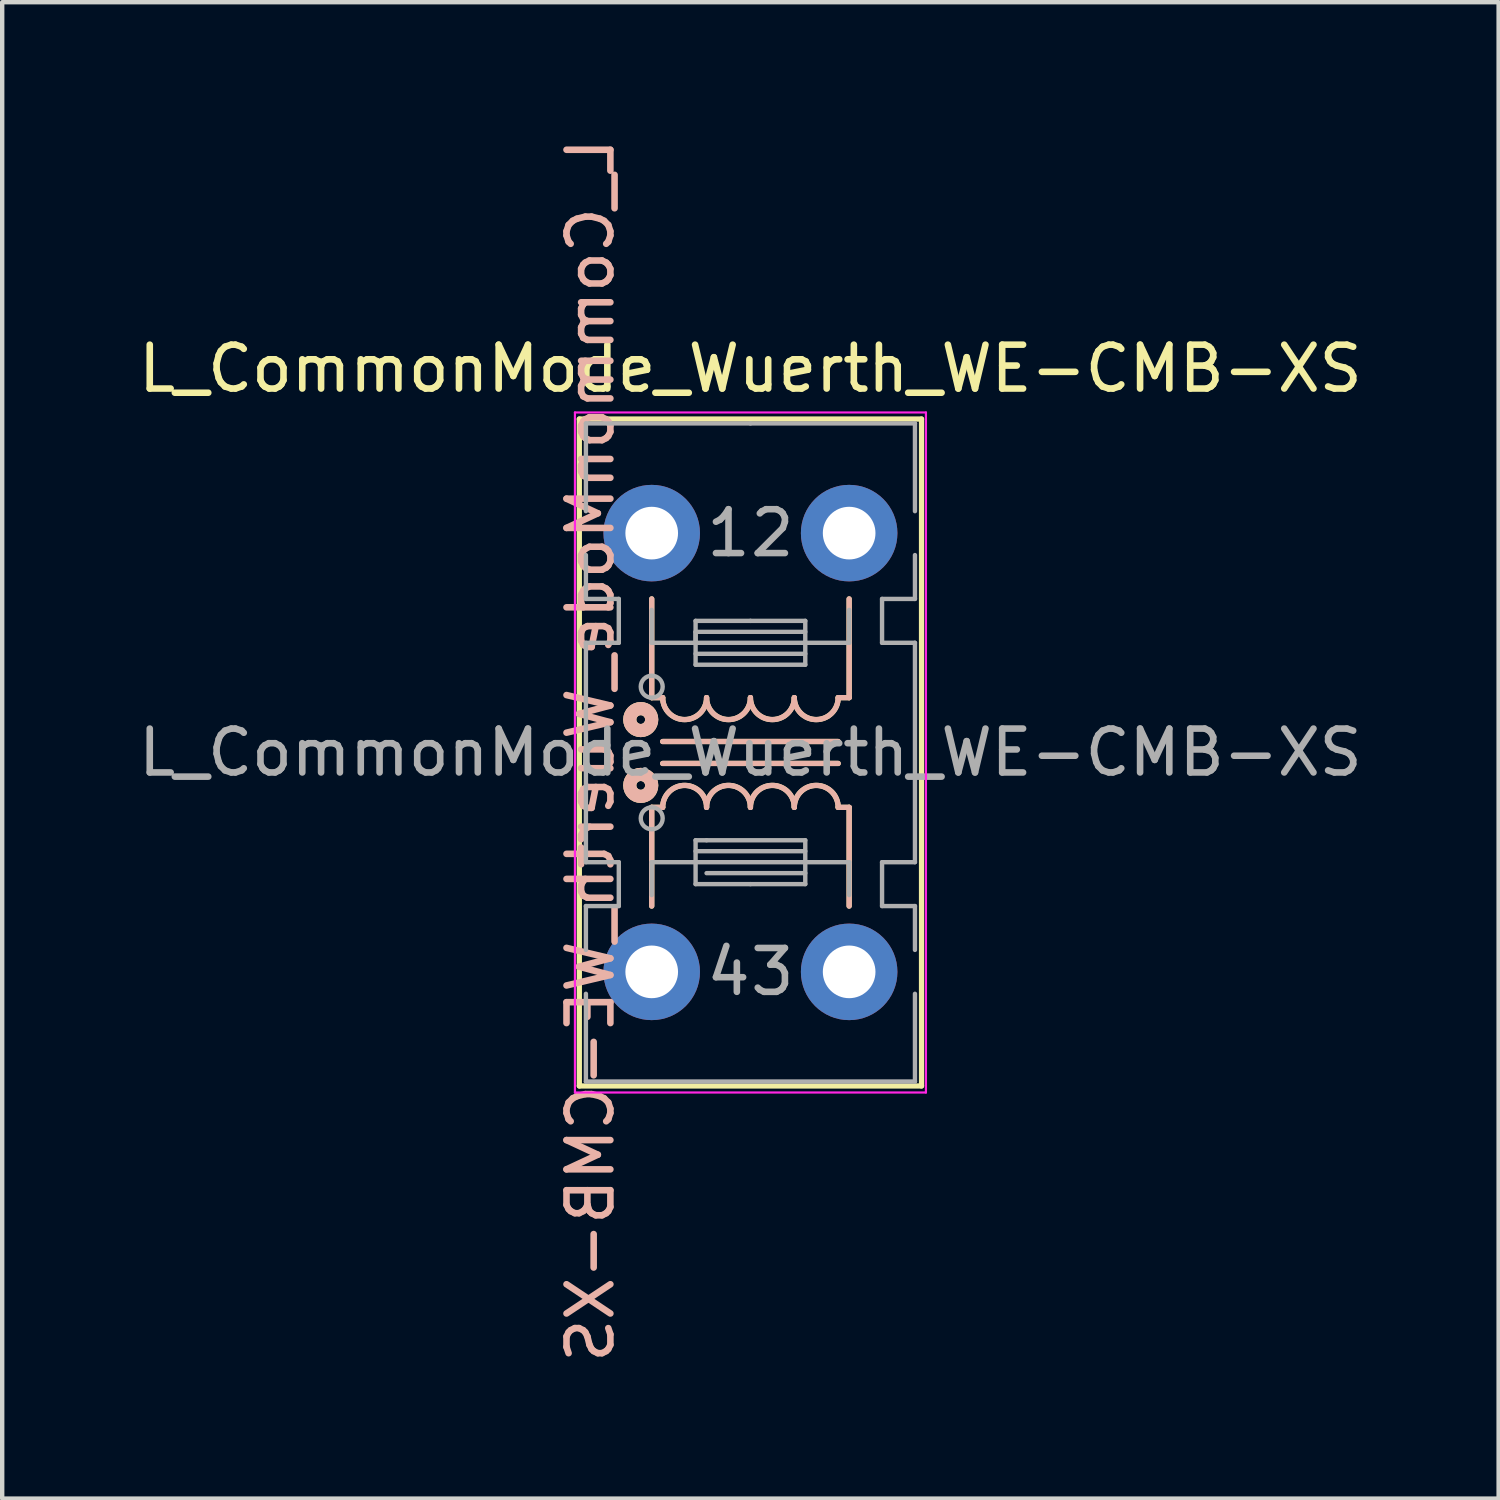
<source format=kicad_pcb>
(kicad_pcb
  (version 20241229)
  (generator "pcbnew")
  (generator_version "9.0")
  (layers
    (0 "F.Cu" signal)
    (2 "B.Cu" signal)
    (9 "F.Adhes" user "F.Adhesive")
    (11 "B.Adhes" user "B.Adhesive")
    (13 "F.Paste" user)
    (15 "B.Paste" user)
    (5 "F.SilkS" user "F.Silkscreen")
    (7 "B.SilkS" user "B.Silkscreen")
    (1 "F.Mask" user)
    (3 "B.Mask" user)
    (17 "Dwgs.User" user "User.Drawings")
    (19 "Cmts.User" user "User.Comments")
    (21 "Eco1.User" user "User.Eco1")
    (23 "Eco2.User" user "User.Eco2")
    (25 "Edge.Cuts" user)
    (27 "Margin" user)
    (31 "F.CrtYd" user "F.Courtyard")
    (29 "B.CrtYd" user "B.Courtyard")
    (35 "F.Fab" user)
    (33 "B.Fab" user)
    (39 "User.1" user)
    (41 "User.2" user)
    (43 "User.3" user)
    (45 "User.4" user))
  (footprint "L_CommonMode_Wuerth_WE-CMB-XS"
    (layer "F.Cu")
    (at 11.804 9.101)
    (property "Reference" "L_CommonMode_Wuerth_WE-CMB-XS" (at 2.25 -3.75 0) (layer "F.SilkS") (effects (font (size 1 1) (thickness 0.15))))
    (fp_line (start -1.65 -2.6) (end -1.65 12.6) (stroke (width 0.12) (type solid)) (layer "F.SilkS"))
    (fp_line (start -1.65 12.6) (end 6.15 12.6) (stroke (width 0.12) (type solid)) (layer "F.SilkS"))
    (fp_line (start 0 1.5) (end 0 3.75) (stroke (width 0.12) (type solid)) (layer "F.SilkS"))
    (fp_line (start 0 6.25) (end 0 8.5) (stroke (width 0.12) (type solid)) (layer "F.SilkS"))
    (fp_line (start 0.25 3.75) (end 0 3.75) (stroke (width 0.12) (type solid)) (layer "F.SilkS"))
    (fp_line (start 0.25 5.25) (end 4.25 5.25) (stroke (width 0.12) (type solid)) (layer "F.SilkS"))
    (fp_line (start 0.25 6.25) (end 0 6.25) (stroke (width 0.12) (type solid)) (layer "F.SilkS"))
    (fp_line (start 4.25 3.75) (end 4.5 3.75) (stroke (width 0.12) (type solid)) (layer "F.SilkS"))
    (fp_line (start 4.25 4.75) (end 0.25 4.75) (stroke (width 0.12) (type solid)) (layer "F.SilkS"))
    (fp_line (start 4.25 6.25) (end 4.5 6.25) (stroke (width 0.12) (type solid)) (layer "F.SilkS"))
    (fp_line (start 4.5 3.75) (end 4.5 1.5) (stroke (width 0.12) (type solid)) (layer "F.SilkS"))
    (fp_line (start 4.5 6.25) (end 4.5 8.5) (stroke (width 0.12) (type solid)) (layer "F.SilkS"))
    (fp_line (start 6.15 -2.6) (end -1.65 -2.6) (stroke (width 0.12) (type solid)) (layer "F.SilkS"))
    (fp_line (start 6.15 12.6) (end 6.15 -2.6) (stroke (width 0.12) (type solid)) (layer "F.SilkS"))
    (fp_arc (start 0.25 6.25) (mid 0.75 5.75) (end 1.25 6.25) (stroke (width 0.12) (type solid)) (layer "F.SilkS"))
    (fp_arc (start 1.25 3.75) (mid 0.75 4.25) (end 0.25 3.75) (stroke (width 0.12) (type solid)) (layer "F.SilkS"))
    (fp_arc (start 1.25 6.25) (mid 1.75 5.75) (end 2.25 6.25) (stroke (width 0.12) (type solid)) (layer "F.SilkS"))
    (fp_arc (start 2.25 3.75) (mid 1.75 4.25) (end 1.25 3.75) (stroke (width 0.12) (type solid)) (layer "F.SilkS"))
    (fp_arc (start 2.25 6.25) (mid 2.75 5.75) (end 3.25 6.25) (stroke (width 0.12) (type solid)) (layer "F.SilkS"))
    (fp_arc (start 3.25 3.75) (mid 2.75 4.25) (end 2.25 3.75) (stroke (width 0.12) (type solid)) (layer "F.SilkS"))
    (fp_arc (start 3.25 6.25) (mid 3.75 5.75) (end 4.25 6.25) (stroke (width 0.12) (type solid)) (layer "F.SilkS"))
    (fp_arc (start 4.25 3.75) (mid 3.75 4.25) (end 3.25 3.75) (stroke (width 0.12) (type solid)) (layer "F.SilkS"))
    (fp_circle (center -0.25 4.25) (end -0.15 4.25) (stroke (width 0.3) (type solid)) (fill no) (layer "F.SilkS"))
    (fp_circle (center -0.25 5.75) (end -0.15 5.75) (stroke (width 0.3) (type solid)) (fill no) (layer "F.SilkS"))
    (fp_line (start 0 3.75) (end 0 1.5) (stroke (width 0.12) (type solid)) (layer "B.SilkS"))
    (fp_line (start 0 8.5) (end 0 6.25) (stroke (width 0.12) (type solid)) (layer "B.SilkS"))
    (fp_line (start 0.25 3.75) (end 0 3.75) (stroke (width 0.12) (type solid)) (layer "B.SilkS"))
    (fp_line (start 0.25 4.75) (end 4.25 4.75) (stroke (width 0.12) (type solid)) (layer "B.SilkS"))
    (fp_line (start 0.25 6.25) (end 0 6.25) (stroke (width 0.12) (type solid)) (layer "B.SilkS"))
    (fp_line (start 4.25 3.75) (end 4.5 3.75) (stroke (width 0.12) (type solid)) (layer "B.SilkS"))
    (fp_line (start 4.25 5.25) (end 0.25 5.25) (stroke (width 0.12) (type solid)) (layer "B.SilkS"))
    (fp_line (start 4.25 6.25) (end 4.5 6.25) (stroke (width 0.12) (type solid)) (layer "B.SilkS"))
    (fp_line (start 4.5 3.75) (end 4.5 1.5) (stroke (width 0.12) (type solid)) (layer "B.SilkS"))
    (fp_line (start 4.5 6.25) (end 4.5 8.5) (stroke (width 0.12) (type solid)) (layer "B.SilkS"))
    (fp_arc (start 0.25 6.25) (mid 0.75 5.75) (end 1.25 6.25) (stroke (width 0.12) (type solid)) (layer "B.SilkS"))
    (fp_arc (start 1.25 3.75) (mid 0.75 4.25) (end 0.25 3.75) (stroke (width 0.12) (type solid)) (layer "B.SilkS"))
    (fp_arc (start 1.25 6.25) (mid 1.75 5.75) (end 2.25 6.25) (stroke (width 0.12) (type solid)) (layer "B.SilkS"))
    (fp_arc (start 2.25 3.75) (mid 1.75 4.25) (end 1.25 3.75) (stroke (width 0.12) (type solid)) (layer "B.SilkS"))
    (fp_arc (start 2.25 6.25) (mid 2.75 5.75) (end 3.25 6.25) (stroke (width 0.12) (type solid)) (layer "B.SilkS"))
    (fp_arc (start 3.25 3.75) (mid 2.75 4.25) (end 2.25 3.75) (stroke (width 0.12) (type solid)) (layer "B.SilkS"))
    (fp_arc (start 3.25 6.25) (mid 3.75 5.75) (end 4.25 6.25) (stroke (width 0.12) (type solid)) (layer "B.SilkS"))
    (fp_arc (start 4.25 3.75) (mid 3.75 4.25) (end 3.25 3.75) (stroke (width 0.12) (type solid)) (layer "B.SilkS"))
    (fp_circle (center -0.25 4.25) (end -0.15 4.25) (stroke (width 0.3) (type solid)) (fill no) (layer "B.SilkS"))
    (fp_circle (center -0.25 5.75) (end -0.15 5.75) (stroke (width 0.3) (type solid)) (fill no) (layer "B.SilkS"))
    (fp_line (start -1.75 -2.75) (end -1.75 12.75) (stroke (width 0.05) (type solid)) (layer "F.CrtYd"))
    (fp_line (start -1.75 12.75) (end 6.25 12.75) (stroke (width 0.05) (type solid)) (layer "F.CrtYd"))
    (fp_line (start 6.25 -2.75) (end -1.75 -2.75) (stroke (width 0.05) (type solid)) (layer "F.CrtYd"))
    (fp_line (start 6.25 12.75) (end 6.25 -2.75) (stroke (width 0.05) (type solid)) (layer "F.CrtYd"))
    (fp_line (start -1.5 -2.5) (end 2.25 -2.5) (stroke (width 0.1) (type solid)) (layer "F.Fab"))
    (fp_line (start -1.5 -0.5) (end -1.5 -2.5) (stroke (width 0.1) (type solid)) (layer "F.Fab"))
    (fp_line (start -1.5 1.5) (end -1.5 0.5) (stroke (width 0.1) (type solid)) (layer "F.Fab"))
    (fp_line (start -1.5 2.5) (end -0.75 2.5) (stroke (width 0.1) (type solid)) (layer "F.Fab"))
    (fp_line (start -1.5 7.5) (end -1.5 2.5) (stroke (width 0.1) (type solid)) (layer "F.Fab"))
    (fp_line (start -1.5 8.5) (end -0.75 8.5) (stroke (width 0.1) (type solid)) (layer "F.Fab"))
    (fp_line (start -1.5 9.5) (end -1.5 8.5) (stroke (width 0.1) (type solid)) (layer "F.Fab"))
    (fp_line (start -1.5 12.5) (end -1.5 10.5) (stroke (width 0.1) (type solid)) (layer "F.Fab"))
    (fp_line (start -0.75 1.5) (end -1.5 1.5) (stroke (width 0.1) (type solid)) (layer "F.Fab"))
    (fp_line (start -0.75 2.5) (end -0.75 1.5) (stroke (width 0.1) (type solid)) (layer "F.Fab"))
    (fp_line (start -0.75 7.5) (end -1.5 7.5) (stroke (width 0.1) (type solid)) (layer "F.Fab"))
    (fp_line (start -0.75 8.5) (end -0.75 7.5) (stroke (width 0.1) (type solid)) (layer "F.Fab"))
    (fp_line (start 0 2.5) (end 0 1.75) (stroke (width 0.1) (type solid)) (layer "F.Fab"))
    (fp_line (start 0 7.5) (end 0 8.25) (stroke (width 0.1) (type solid)) (layer "F.Fab"))
    (fp_line (start 1 2) (end 2.25 2) (stroke (width 0.1) (type solid)) (layer "F.Fab"))
    (fp_line (start 1 2.25) (end 1 2.5) (stroke (width 0.1) (type solid)) (layer "F.Fab"))
    (fp_line (start 1 2.5) (end 0 2.5) (stroke (width 0.1) (type solid)) (layer "F.Fab"))
    (fp_line (start 1 2.75) (end 3.5 2.75) (stroke (width 0.1) (type solid)) (layer "F.Fab"))
    (fp_line (start 1 3) (end 1 2) (stroke (width 0.1) (type solid)) (layer "F.Fab"))
    (fp_line (start 1 7) (end 1 8) (stroke (width 0.1) (type solid)) (layer "F.Fab"))
    (fp_line (start 1 7.5) (end 0 7.5) (stroke (width 0.1) (type solid)) (layer "F.Fab"))
    (fp_line (start 1 8) (end 2.25 8) (stroke (width 0.1) (type solid)) (layer "F.Fab"))
    (fp_line (start 1.25 7) (end 1 7) (stroke (width 0.1) (type solid)) (layer "F.Fab"))
    (fp_line (start 2.25 -2.5) (end 6 -2.5) (stroke (width 0.1) (type solid)) (layer "F.Fab"))
    (fp_line (start 2.25 2) (end 3.5 2) (stroke (width 0.1) (type solid)) (layer "F.Fab"))
    (fp_line (start 2.25 8) (end 3.5 8) (stroke (width 0.1) (type solid)) (layer "F.Fab"))
    (fp_line (start 3.5 2) (end 3.5 3) (stroke (width 0.1) (type solid)) (layer "F.Fab"))
    (fp_line (start 3.5 2.25) (end 1 2.25) (stroke (width 0.1) (type solid)) (layer "F.Fab"))
    (fp_line (start 3.5 2.5) (end 1 2.5) (stroke (width 0.1) (type solid)) (layer "F.Fab"))
    (fp_line (start 3.5 2.5) (end 4.5 2.5) (stroke (width 0.1) (type solid)) (layer "F.Fab"))
    (fp_line (start 3.5 3) (end 1 3) (stroke (width 0.1) (type solid)) (layer "F.Fab"))
    (fp_line (start 3.5 7) (end 1.25 7) (stroke (width 0.1) (type solid)) (layer "F.Fab"))
    (fp_line (start 3.5 7.25) (end 1 7.25) (stroke (width 0.1) (type solid)) (layer "F.Fab"))
    (fp_line (start 3.5 7.5) (end 1 7.5) (stroke (width 0.1) (type solid)) (layer "F.Fab"))
    (fp_line (start 3.5 7.5) (end 4.5 7.5) (stroke (width 0.1) (type solid)) (layer "F.Fab"))
    (fp_line (start 3.5 7.75) (end 1.25 7.75) (stroke (width 0.1) (type solid)) (layer "F.Fab"))
    (fp_line (start 3.5 8) (end 3.5 7) (stroke (width 0.1) (type solid)) (layer "F.Fab"))
    (fp_line (start 4.5 2.5) (end 4.5 1.75) (stroke (width 0.1) (type solid)) (layer "F.Fab"))
    (fp_line (start 4.5 7.5) (end 4.5 8.25) (stroke (width 0.1) (type solid)) (layer "F.Fab"))
    (fp_line (start 5.25 1.5) (end 5.25 2.5) (stroke (width 0.1) (type solid)) (layer "F.Fab"))
    (fp_line (start 5.25 2.5) (end 6 2.5) (stroke (width 0.1) (type solid)) (layer "F.Fab"))
    (fp_line (start 5.25 7.5) (end 5.25 8.5) (stroke (width 0.1) (type solid)) (layer "F.Fab"))
    (fp_line (start 5.25 8.5) (end 6 8.5) (stroke (width 0.1) (type solid)) (layer "F.Fab"))
    (fp_line (start 6 -2.5) (end 6 -0.5) (stroke (width 0.1) (type solid)) (layer "F.Fab"))
    (fp_line (start 6 0.5) (end 6 1.5) (stroke (width 0.1) (type solid)) (layer "F.Fab"))
    (fp_line (start 6 1.5) (end 5.25 1.5) (stroke (width 0.1) (type solid)) (layer "F.Fab"))
    (fp_line (start 6 2.5) (end 6 7.5) (stroke (width 0.1) (type solid)) (layer "F.Fab"))
    (fp_line (start 6 7.5) (end 5.25 7.5) (stroke (width 0.1) (type solid)) (layer "F.Fab"))
    (fp_line (start 6 8.5) (end 6 9.5) (stroke (width 0.1) (type solid)) (layer "F.Fab"))
    (fp_line (start 6 10.5) (end 6 12.5) (stroke (width 0.1) (type solid)) (layer "F.Fab"))
    (fp_line (start 6 12.5) (end -1.5 12.5) (stroke (width 0.1) (type solid)) (layer "F.Fab"))
    (fp_circle (center 0 3.5) (end 0.25 3.5) (stroke (width 0.1) (type solid)) (fill no) (layer "F.Fab"))
    (fp_circle (center 0 6.5) (end 0 6.25) (stroke (width 0.1) (type solid)) (fill no) (layer "F.Fab"))
    (fp_text user "${REFERENCE}" (at -1.397 4.953 90) (layer "B.SilkS") (effects (font (size 1 1) (thickness 0.15)) (justify mirror)))
    (fp_text user "2" (at 2.75 0 0) (layer "F.Fab") (effects (font (size 1 1) (thickness 0.15))))
    (fp_text user "${REFERENCE}" (at 2.25 5 0) (layer "F.Fab") (effects (font (size 1 1) (thickness 0.15))))
    (fp_text user "3" (at 2.75 10 0) (layer "F.Fab") (effects (font (size 1 1) (thickness 0.15))))
    (fp_text user "1" (at 1.75 0 0) (layer "F.Fab") (effects (font (size 1 1) (thickness 0.15))))
    (fp_text user "4" (at 1.75 10 0) (layer "F.Fab") (effects (font (size 1 1) (thickness 0.15))))
    (pad "1" thru_hole circle (at 0 0) (size 2.2 2.2) (drill 1.2) (layers "*.Cu" "*.Mask"))
    (pad "2" thru_hole circle (at 4.5 0) (size 2.2 2.2) (drill 1.2) (layers "*.Cu" "*.Mask"))
    (pad "3" thru_hole circle (at 4.5 10) (size 2.2 2.2) (drill 1.2) (layers "*.Cu" "*.Mask"))
    (pad "4" thru_hole circle (at 0 10) (size 2.2 2.2) (drill 1.2) (layers "*.Cu" "*.Mask")))
  (gr_rect
    (start -3 -3)
    (end 31.107 31.107)
    (stroke (width 0.1) (type default))
    (fill no)
    (layer "Edge.Cuts")))
</source>
